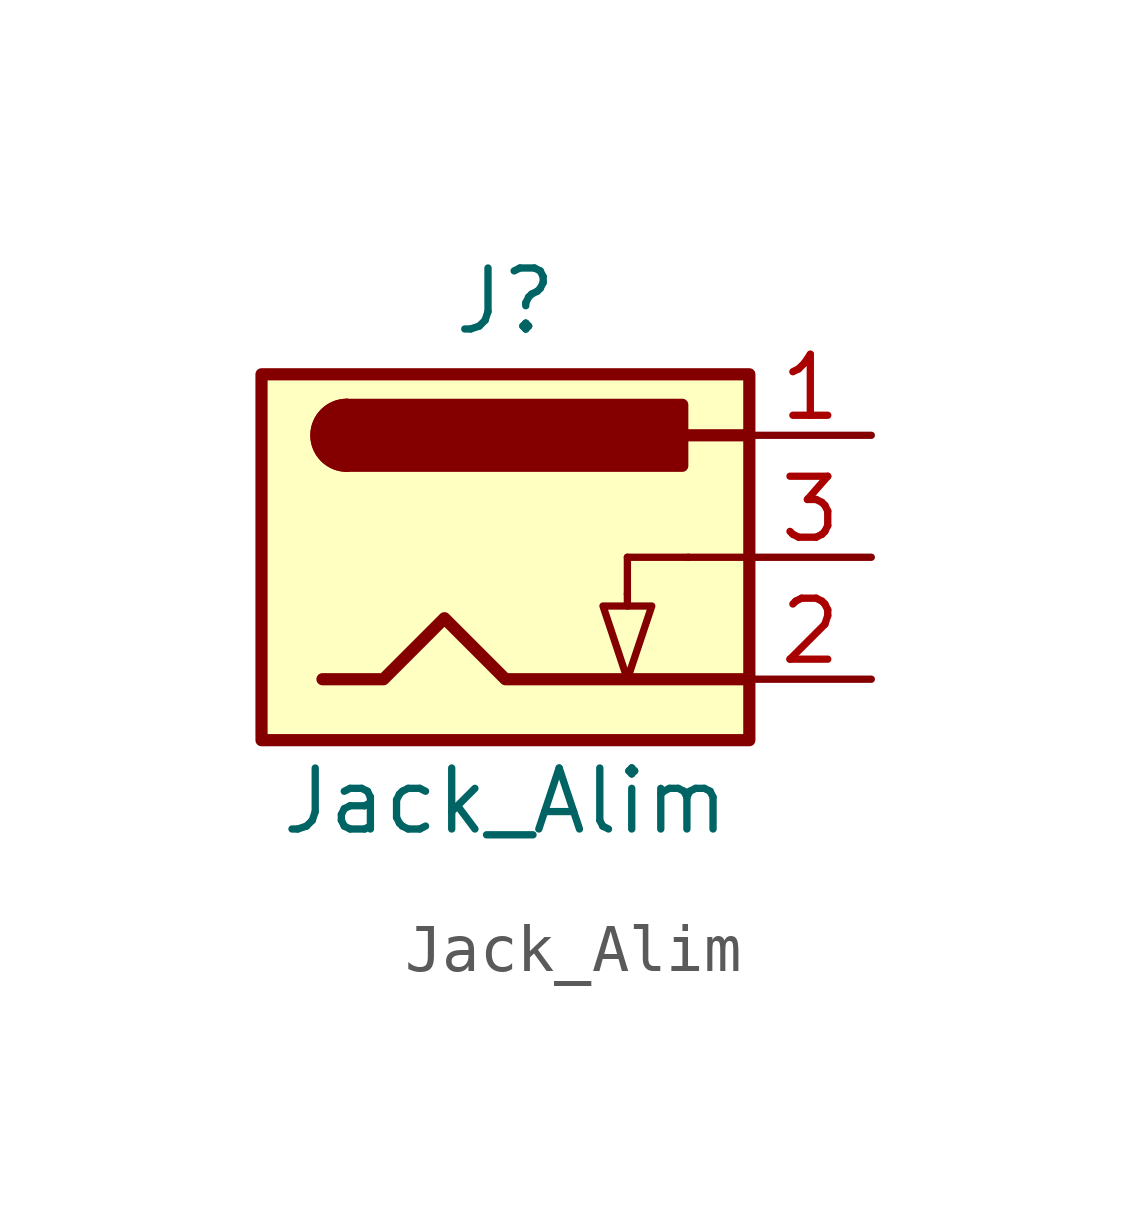
<source format=kicad_sym>
(kicad_symbol_lib
  (version 20211014)
  (generator kicad_symbol_editor)
  (symbol "Jack_Alim"
    (pin_names
      (offset 1.016))
    (property "Reference" "J"
      (at 0 5.334 0)
      (effects (font (size 1.27 1.27))))
    (property "Value" "Jack_Alim"
      (at 0 -5.08 0)
      (effects (font (size 1.27 1.27))))
    (symbol "Jack_Alim_0_1"
      (rectangle (start -5.08 3.81) (end 5.08 -3.81) (stroke (width 0.254) (type default) (color 0 0 0 0)) (fill (type background)))
      (arc (start -3.302 3.175) (mid -3.937 2.54) (end -3.302 1.905) (stroke (width 0.254) (type default) (color 0 0 0 0)) (fill (type none)))
      (arc (start -3.302 3.175) (mid -3.937 2.54) (end -3.302 1.905) (stroke (width 0.254) (type default) (color 0 0 0 0)) (fill (type outline)))
      (polyline (pts (xy 2.54 -0.762) (xy 2.54 -1.016)) (stroke (width 0) (type default) (color 0 0 0 0)) (fill (type none)))
      (polyline (pts (xy 5.08 2.54) (xy 3.81 2.54)) (stroke (width 0.254) (type default) (color 0 0 0 0)) (fill (type none)))
      (polyline (pts (xy 2.54 -1.016) (xy 3.048 -1.016) (xy 2.54 -2.54) (xy 2.032 -1.016) (xy 2.54 -1.016)) (stroke (width 0) (type default) (color 0 0 0 0)) (fill (type none)))
      (polyline (pts (xy -3.81 -2.54) (xy -2.54 -2.54) (xy -1.27 -1.27) (xy 0 -2.54) (xy 2.54 -2.54) (xy 5.08 -2.54)) (stroke (width 0.254) (type default) (color 0 0 0 0)) (fill (type none)))
      (rectangle (start 2.54 0) (end 2.54 -0.762) (stroke (width 0) (type default) (color 0 0 0 0)) (fill (type none)))
      (rectangle (start 3.683 3.175) (end -3.302 1.905) (stroke (width 0.254) (type default) (color 0 0 0 0)) (fill (type outline)))
      (rectangle (start 3.81 0) (end 2.54 0) (stroke (width 0) (type default) (color 0 0 0 0)) (fill (type none)))
      (rectangle (start 5.08 0) (end 3.81 0) (stroke (width 0) (type default) (color 0 0 0 0)) (fill (type none))))
    (symbol "Jack_Alim_1_1"
      (pin passive line (at 7.62 2.54 180) (length 2.54) (name "~" (effects (font (size 1.27 1.27)))) (number "1" (effects (font (size 1.27 1.27)))))
      (pin passive line (at 7.62 -2.54 180) (length 2.54) (name "~" (effects (font (size 1.27 1.27)))) (number "2" (effects (font (size 1.27 1.27)))))
      (pin passive line (at 7.62 0 180) (length 2.54) (name "~" (effects (font (size 1.27 1.27)))) (number "3" (effects (font (size 1.27 1.27))))))))
</source>
